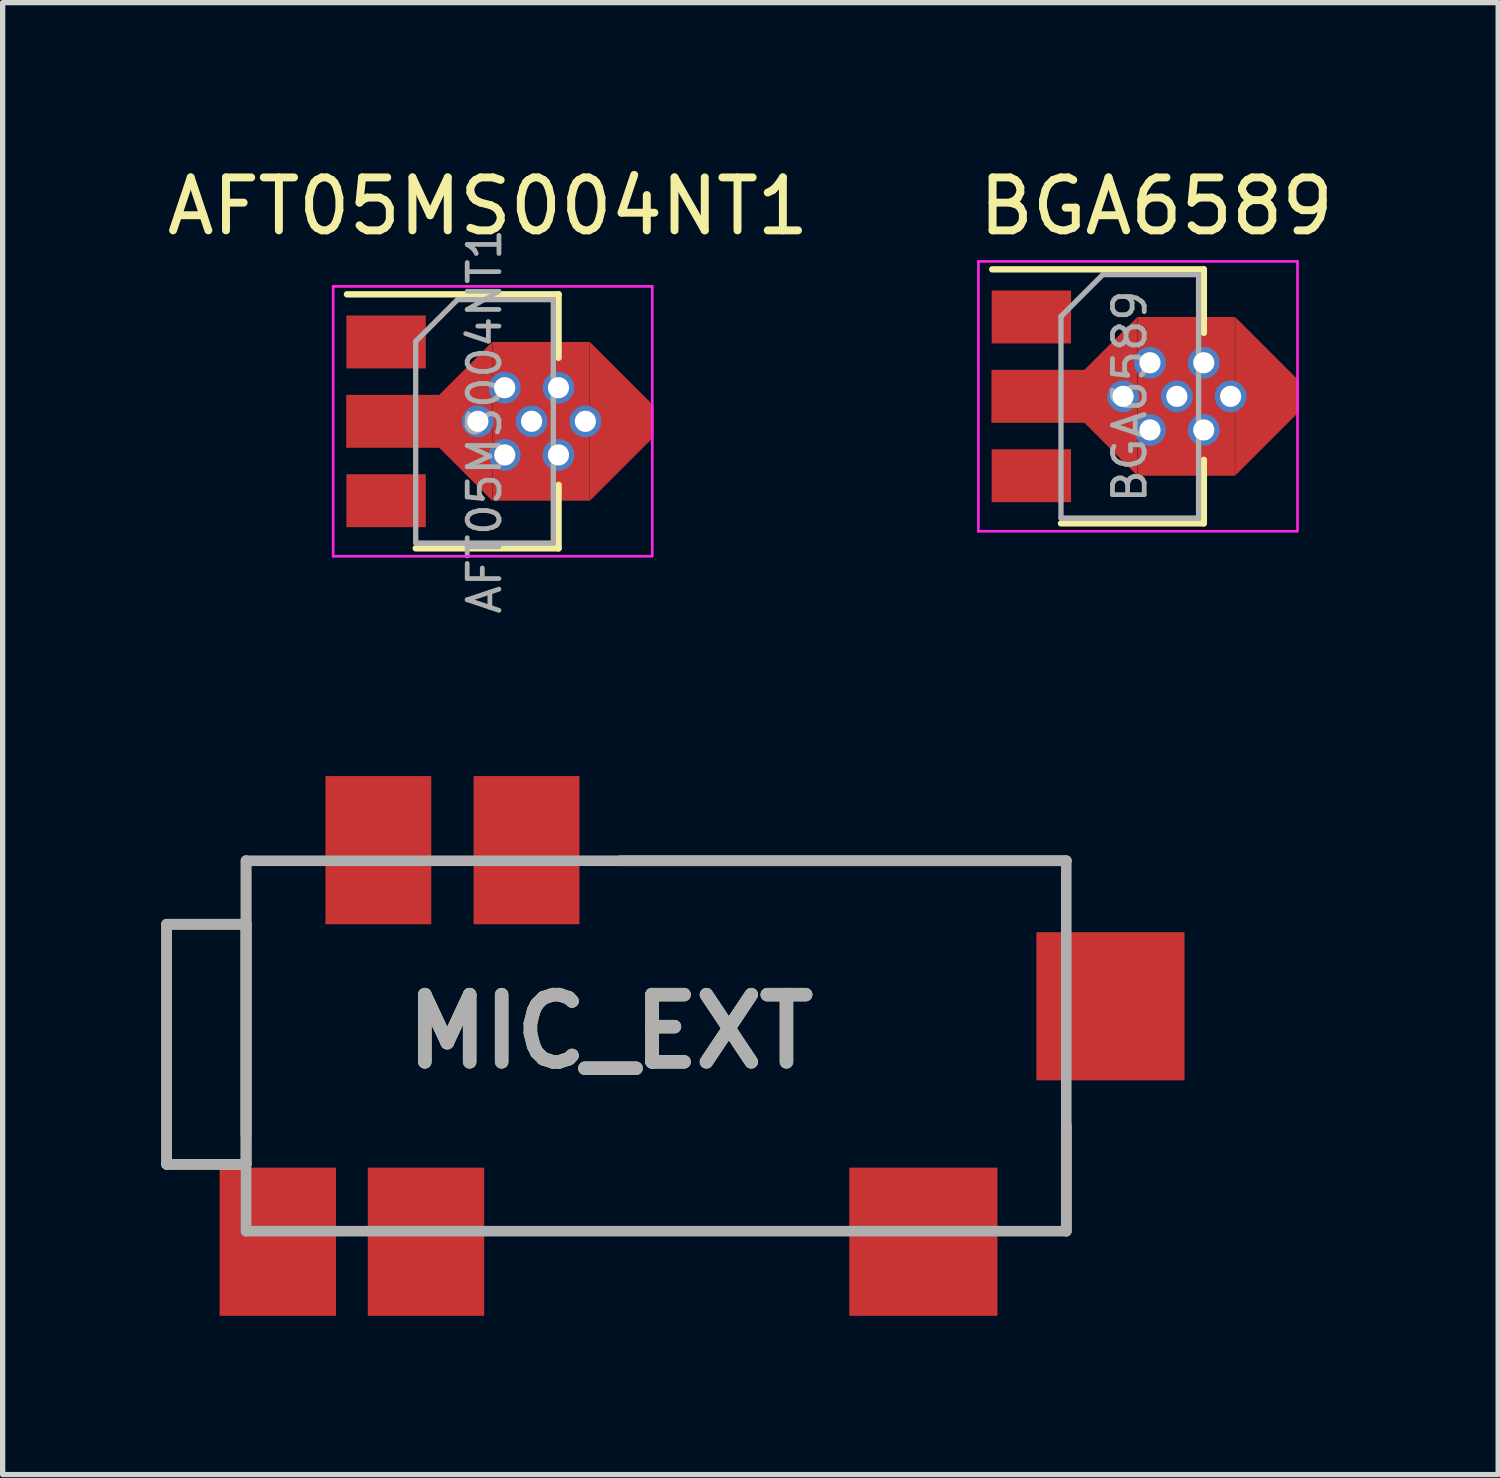
<source format=kicad_pcb>
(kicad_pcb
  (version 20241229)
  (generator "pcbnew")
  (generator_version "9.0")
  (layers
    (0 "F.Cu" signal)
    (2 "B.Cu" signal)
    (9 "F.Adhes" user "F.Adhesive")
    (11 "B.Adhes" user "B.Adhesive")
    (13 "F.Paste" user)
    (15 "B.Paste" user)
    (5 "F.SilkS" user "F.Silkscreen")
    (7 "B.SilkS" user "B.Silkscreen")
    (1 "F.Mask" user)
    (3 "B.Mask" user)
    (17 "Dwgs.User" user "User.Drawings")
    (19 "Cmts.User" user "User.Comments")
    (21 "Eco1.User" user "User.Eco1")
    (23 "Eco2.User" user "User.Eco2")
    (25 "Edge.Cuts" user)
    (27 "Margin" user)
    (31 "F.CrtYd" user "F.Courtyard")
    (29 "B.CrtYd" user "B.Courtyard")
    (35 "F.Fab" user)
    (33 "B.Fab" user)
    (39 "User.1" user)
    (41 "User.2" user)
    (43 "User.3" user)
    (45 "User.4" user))
  (footprint "AFT05MS004NT1"
    (layer "F.Cu")
    (at 5.726 4.912)
    (property "Reference" "AFT05MS004NT1" (at 0.447 -4.064 0) (layer "F.SilkS") (effects (font (size 1 1) (thickness 0.15))))
    (attr smd)
    (fp_line (start -2.22 -2.4) (end 1.78 -2.4) (stroke (width 0.12) (type solid)) (layer "F.SilkS"))
    (fp_line (start 1.78 -2.4) (end 1.78 -1.2) (stroke (width 0.12) (type solid)) (layer "F.SilkS"))
    (fp_line (start 1.78 1.2) (end 1.78 2.4) (stroke (width 0.12) (type solid)) (layer "F.SilkS"))
    (fp_line (start 1.78 2.4) (end -0.92 2.4) (stroke (width 0.12) (type solid)) (layer "F.SilkS"))
    (fp_line (start -2.48 2.55) (end -2.48 -2.55) (stroke (width 0.05) (type solid)) (layer "F.CrtYd"))
    (fp_line (start -2.48 2.55) (end 3.541 2.55) (stroke (width 0.05) (type solid)) (layer "F.CrtYd"))
    (fp_line (start 3.536 -2.55) (end -2.48 -2.55) (stroke (width 0.05) (type solid)) (layer "F.CrtYd"))
    (fp_line (start 3.551 -2.555) (end 3.551 2.545) (stroke (width 0.05) (type solid)) (layer "F.CrtYd"))
    (fp_line (start -0.92 -1.51) (end -0.13 -2.3) (stroke (width 0.1) (type solid)) (layer "F.Fab"))
    (fp_line (start -0.92 2.3) (end -0.92 -1.51) (stroke (width 0.1) (type solid)) (layer "F.Fab"))
    (fp_line (start -0.13 -2.3) (end 1.68 -2.3) (stroke (width 0.1) (type solid)) (layer "F.Fab"))
    (fp_line (start 1.68 -2.3) (end 1.68 2.3) (stroke (width 0.1) (type solid)) (layer "F.Fab"))
    (fp_line (start 1.68 2.3) (end -0.92 2.3) (stroke (width 0.1) (type solid)) (layer "F.Fab"))
    (fp_text user "${REFERENCE}" (at 0.38 0 90) (layer "F.Fab") (effects (font (size 0.6 0.6) (thickness 0.09))))
    (pad "D" smd rect (at -1.48 1.5 270) (size 1 1.5) (layers "F.Cu" "F.Mask" "F.Paste"))
    (pad "G" smd rect (at -1.48 -1.5 270) (size 1 1.5) (layers "F.Cu" "F.Mask" "F.Paste"))
    (pad "S" smd rect (at -1.333 0 270) (size 1 1.8) (layers "F.Cu" "F.Mask" "F.Paste"))
    (pad "S" smd trapezoid (at -0.076 0 90) (size 1.8 1.2) (rect_delta 0 1.2) (layers "F.Cu" "F.Mask" "F.Paste"))
    (pad "S" thru_hole circle (at 0.254 0) (size 0.6 0.6) (drill 0.4) (layers "*.Cu" "*.Mask"))
    (pad "S" thru_hole circle (at 0.762 -0.635) (size 0.6 0.6) (drill 0.4) (layers "*.Cu" "*.Mask"))
    (pad "S" thru_hole circle (at 0.762 0.635) (size 0.6 0.6) (drill 0.4) (layers "*.Cu" "*.Mask"))
    (pad "S" thru_hole circle (at 1.27 0) (size 0.6 0.6) (drill 0.4) (layers "*.Cu" "*.Mask"))
    (pad "S" smd rect (at 1.448 0 270) (size 3 1.84) (layers "F.Cu" "F.Mask" "F.Paste"))
    (pad "S" thru_hole circle (at 1.778 -0.635) (size 0.6 0.6) (drill 0.4) (layers "*.Cu" "*.Mask"))
    (pad "S" thru_hole circle (at 1.778 0.635) (size 0.6 0.6) (drill 0.4) (layers "*.Cu" "*.Mask"))
    (pad "S" thru_hole circle (at 2.286 0) (size 0.6 0.6) (drill 0.4) (layers "*.Cu" "*.Mask"))
    (pad "S" smd trapezoid (at 2.972 0 270) (size 1.8 1.2) (rect_delta 0 1.2) (layers "F.Cu" "F.Mask" "F.Paste")))
  (footprint "MIC_EXT"
    (layer "F.Cu")
    (at 2.2 20.416)
    (property "Reference" "MIC_EXT" (at 6.286 -3.974 0) (layer "F.SilkS") (effects (font (size 1.27 1.27) (thickness 0.254))))
    (attr through_hole)
    (fp_line (start -2.1 -6) (end -0.6 -6) (stroke (width 0.2) (type solid)) (layer "F.SilkS"))
    (fp_line (start -2.1 -1.463) (end -2.1 -6) (stroke (width 0.2) (type solid)) (layer "F.SilkS"))
    (fp_line (start -0.6 -7.2) (end -0.6 -2.01) (stroke (width 0.2) (type solid)) (layer "F.SilkS"))
    (fp_line (start -0.6 -6) (end -0.6 -1.463) (stroke (width 0.2) (type solid)) (layer "F.SilkS"))
    (fp_line (start -0.6 -1.463) (end -2.1 -1.463) (stroke (width 0.2) (type solid)) (layer "F.SilkS"))
    (fp_line (start 14.9 -7.2) (end 6.48 -7.2) (stroke (width 0.2) (type solid)) (layer "F.SilkS"))
    (fp_line (start 14.9 -0.2) (end 14.9 -2.201) (stroke (width 0.2) (type solid)) (layer "F.SilkS"))
    (fp_line (start -2.1 -6) (end -0.6 -6) (stroke (width 0.2) (type solid)) (layer "F.Fab"))
    (fp_line (start -2.1 -1.463) (end -2.1 -6) (stroke (width 0.2) (type solid)) (layer "F.Fab"))
    (fp_line (start -0.6 -7.2) (end 14.9 -7.2) (stroke (width 0.2) (type solid)) (layer "F.Fab"))
    (fp_line (start -0.6 -6) (end -0.6 -1.463) (stroke (width 0.2) (type solid)) (layer "F.Fab"))
    (fp_line (start -0.6 -1.463) (end -2.1 -1.463) (stroke (width 0.2) (type solid)) (layer "F.Fab"))
    (fp_line (start -0.6 -0.2) (end -0.6 -7.2) (stroke (width 0.2) (type solid)) (layer "F.Fab"))
    (fp_line (start 14.9 -7.2) (end 14.9 -0.2) (stroke (width 0.2) (type solid)) (layer "F.Fab"))
    (fp_line (start 14.9 -0.2) (end -0.6 -0.2) (stroke (width 0.2) (type solid)) (layer "F.Fab"))
    (fp_text user "${REFERENCE}" (at 6.286 -3.974 0) (layer "F.Fab") (effects (font (size 1.27 1.27) (thickness 0.254))))
    (pad "" np_thru_hole circle (at 3.9 -3.7) (size 0.001 0.001) (drill 1.7) (layers "*.Cu" "*.Mask"))
    (pad "" np_thru_hole circle (at 10.9 -3.7) (size 0.001 0.001) (drill 1.7) (layers "*.Cu" "*.Mask"))
    (pad "1" smd rect (at 12.2 0 90) (size 2.8 2.8) (layers "F.Cu" "F.Mask" "F.Paste"))
    (pad "2" smd rect (at 4.7 -7.4) (size 2 2.8) (layers "F.Cu" "F.Mask" "F.Paste"))
    (pad "3" smd rect (at 0 0) (size 2.2 2.8) (layers "F.Cu" "F.Mask" "F.Paste"))
    (pad "3" smd rect (at 2.8 0) (size 2.2 2.8) (layers "F.Cu" "F.Mask" "F.Paste"))
    (pad "4" smd rect (at 15.735 -4.45 90) (size 2.8 2.8) (layers "F.Cu" "F.Mask" "F.Paste"))
    (pad "5" smd rect (at 1.9 -7.4) (size 2 2.8) (layers "F.Cu" "F.Mask" "F.Paste")))
  (footprint "BGA6589"
    (layer "F.Cu")
    (at 18.331 4.77)
    (property "Reference" "BGA6589" (at 0.472 -3.922 0) (layer "F.SilkS") (effects (font (size 1 1) (thickness 0.15))))
    (attr smd)
    (fp_line (start -2.631 -2.73) (end 1.369 -2.73) (stroke (width 0.12) (type solid)) (layer "F.SilkS"))
    (fp_line (start 1.369 -2.73) (end 1.369 -1.53) (stroke (width 0.12) (type solid)) (layer "F.SilkS"))
    (fp_line (start 1.369 0.87) (end 1.369 2.07) (stroke (width 0.12) (type solid)) (layer "F.SilkS"))
    (fp_line (start 1.369 2.07) (end -1.331 2.07) (stroke (width 0.12) (type solid)) (layer "F.SilkS"))
    (fp_line (start -2.891 2.22) (end -2.891 -2.88) (stroke (width 0.05) (type solid)) (layer "F.CrtYd"))
    (fp_line (start -2.891 2.22) (end 3.129 2.22) (stroke (width 0.05) (type solid)) (layer "F.CrtYd"))
    (fp_line (start 3.124 -2.88) (end -2.891 -2.88) (stroke (width 0.05) (type solid)) (layer "F.CrtYd"))
    (fp_line (start 3.139 -2.885) (end 3.139 2.215) (stroke (width 0.05) (type solid)) (layer "F.CrtYd"))
    (fp_line (start -1.331 -1.84) (end -0.541 -2.63) (stroke (width 0.1) (type solid)) (layer "F.Fab"))
    (fp_line (start -1.331 1.97) (end -1.331 -1.84) (stroke (width 0.1) (type solid)) (layer "F.Fab"))
    (fp_line (start -0.541 -2.63) (end 1.269 -2.63) (stroke (width 0.1) (type solid)) (layer "F.Fab"))
    (fp_line (start 1.269 -2.63) (end 1.269 1.97) (stroke (width 0.1) (type solid)) (layer "F.Fab"))
    (fp_line (start 1.269 1.97) (end -1.331 1.97) (stroke (width 0.1) (type solid)) (layer "F.Fab"))
    (fp_text user "${REFERENCE}" (at -0.031 -0.33 90) (layer "F.Fab") (effects (font (size 0.6 0.6) (thickness 0.09))))
    (pad "1" smd rect (at -1.891 1.17 270) (size 1 1.5) (layers "F.Cu" "F.Mask" "F.Paste"))
    (pad "2" smd rect (at -1.745 -0.33 270) (size 1 1.8) (layers "F.Cu" "F.Mask" "F.Paste"))
    (pad "2" smd trapezoid (at -0.488 -0.33 90) (size 1.8 1.2) (rect_delta 0 1.2) (layers "F.Cu" "F.Mask" "F.Paste"))
    (pad "2" thru_hole circle (at -0.157 -0.33) (size 0.6 0.6) (drill 0.4) (layers "*.Cu" "*.Mask"))
    (pad "2" thru_hole circle (at 0.351 -0.965) (size 0.6 0.6) (drill 0.4) (layers "*.Cu" "*.Mask"))
    (pad "2" thru_hole circle (at 0.351 0.305) (size 0.6 0.6) (drill 0.4) (layers "*.Cu" "*.Mask"))
    (pad "2" thru_hole circle (at 0.859 -0.33) (size 0.6 0.6) (drill 0.4) (layers "*.Cu" "*.Mask"))
    (pad "2" smd rect (at 1.036 -0.33 270) (size 3 1.84) (layers "F.Cu" "F.Mask" "F.Paste"))
    (pad "2" thru_hole circle (at 1.367 -0.965) (size 0.6 0.6) (drill 0.4) (layers "*.Cu" "*.Mask"))
    (pad "2" thru_hole circle (at 1.367 0.305) (size 0.6 0.6) (drill 0.4) (layers "*.Cu" "*.Mask"))
    (pad "2" thru_hole circle (at 1.875 -0.33) (size 0.6 0.6) (drill 0.4) (layers "*.Cu" "*.Mask"))
    (pad "2" smd trapezoid (at 2.56 -0.33 270) (size 1.8 1.2) (rect_delta 0 1.2) (layers "F.Cu" "F.Mask" "F.Paste"))
    (pad "3" smd rect (at -1.891 -1.83 270) (size 1 1.5) (layers "F.Cu" "F.Mask" "F.Paste")))
  (gr_rect
    (start -3 -3)
    (end 25.262 24.816)
    (stroke (width 0.1) (type default))
    (fill no)
    (layer "Edge.Cuts")))
</source>
